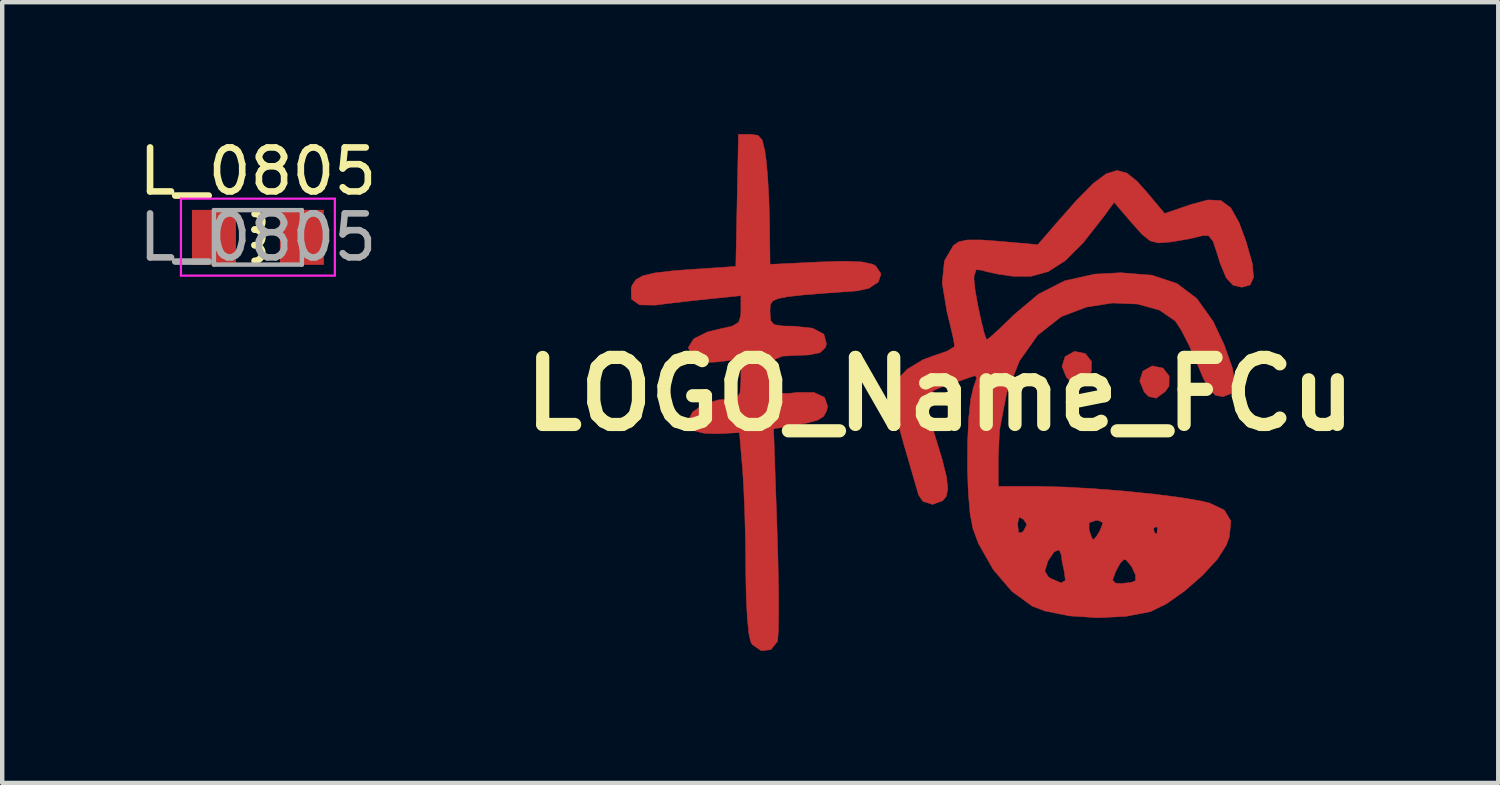
<source format=kicad_pcb>
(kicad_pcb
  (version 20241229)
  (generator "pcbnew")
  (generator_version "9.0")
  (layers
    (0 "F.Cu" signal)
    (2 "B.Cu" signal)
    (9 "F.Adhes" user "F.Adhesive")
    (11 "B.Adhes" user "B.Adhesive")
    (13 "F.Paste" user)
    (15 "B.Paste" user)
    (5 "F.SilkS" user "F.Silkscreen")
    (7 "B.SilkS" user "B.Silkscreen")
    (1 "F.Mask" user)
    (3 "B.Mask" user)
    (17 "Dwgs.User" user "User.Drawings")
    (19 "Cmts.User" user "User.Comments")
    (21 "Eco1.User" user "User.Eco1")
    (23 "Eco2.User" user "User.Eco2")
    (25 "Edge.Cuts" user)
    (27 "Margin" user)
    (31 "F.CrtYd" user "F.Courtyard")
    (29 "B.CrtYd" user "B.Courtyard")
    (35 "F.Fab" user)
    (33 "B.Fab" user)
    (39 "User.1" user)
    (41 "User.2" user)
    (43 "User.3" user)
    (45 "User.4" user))
  (footprint "L_0805"
    (layer "F.Cu")
    (at 2.815 2.348)
    (property "Reference" "L_0805" (at 0 -1.5 0) (layer "F.SilkS") (effects (font (size 1 1) (thickness 0.15))))
    (attr smd)
    (fp_arc (start -0.0762 -0.5334) (mid 0.1016 -0.3556) (end -0.0762 -0.1778) (stroke (width 0.15) (type solid)) (layer "F.SilkS"))
    (fp_arc (start -0.0762 -0.1778) (mid 0.1016 0) (end -0.0762 0.1778) (stroke (width 0.15) (type solid)) (layer "F.SilkS"))
    (fp_arc (start -0.0762 0.1778) (mid 0.1016 0.3556) (end -0.0762 0.5334) (stroke (width 0.15) (type solid)) (layer "F.SilkS"))
    (fp_line (start -1.75 -0.88) (end -1.75 0.87) (stroke (width 0.05) (type solid)) (layer "F.CrtYd"))
    (fp_line (start -1.75 -0.88) (end 1.75 -0.88) (stroke (width 0.05) (type solid)) (layer "F.CrtYd"))
    (fp_line (start 1.75 0.87) (end -1.75 0.87) (stroke (width 0.05) (type solid)) (layer "F.CrtYd"))
    (fp_line (start 1.75 0.87) (end 1.75 -0.88) (stroke (width 0.05) (type solid)) (layer "F.CrtYd"))
    (fp_line (start -1 -0.62) (end 1 -0.62) (stroke (width 0.1) (type solid)) (layer "F.Fab"))
    (fp_line (start -1 0.62) (end -1 -0.62) (stroke (width 0.1) (type solid)) (layer "F.Fab"))
    (fp_line (start 1 -0.62) (end 1 0.62) (stroke (width 0.1) (type solid)) (layer "F.Fab"))
    (fp_line (start 1 0.62) (end -1 0.62) (stroke (width 0.1) (type solid)) (layer "F.Fab"))
    (fp_text user "${REFERENCE}" (at 0 0 0) (layer "F.Fab") (effects (font (size 1 1) (thickness 0.15))))
    (pad "1" smd rect (at -1 0) (size 1 1.25) (layers "F.Cu" "F.Mask" "F.Paste"))
    (pad "2" smd rect (at 1 0) (size 1 1.25) (layers "F.Cu" "F.Mask" "F.Paste")))
  (footprint "LOGO_Name_FCu"
    (layer "F.Cu")
    (at 18.327 5.913)
    (property "Reference" "LOGO_Name_FCu" (at 0 0 0) (layer "F.SilkS") (effects (font (size 1.524 1.524) (thickness 0.3))))
    (attr through_hole)
    (fp_poly (pts (xy 3.304 -0.923) (xy 3.445 -0.744) (xy 3.441 -0.515) (xy 3.36 -0.394) (xy 3.15 -0.239) (xy 2.979 -0.277) (xy 2.876 -0.381) (xy 2.775 -0.629) (xy 2.844 -0.853) (xy 3.058 -0.973) (xy 3.058 -0.973) (xy 3.304 -0.923)) (stroke (width 0.01) (type solid)) (fill yes) (layer "F.Cu"))
    (fp_poly (pts (xy 5.07 -0.592) (xy 5.212 -0.413) (xy 5.208 -0.184) (xy 5.127 -0.063) (xy 4.917 0.092) (xy 4.746 0.055) (xy 4.643 -0.05) (xy 4.542 -0.298) (xy 4.611 -0.522) (xy 4.825 -0.642) (xy 4.825 -0.642) (xy 5.07 -0.592)) (stroke (width 0.01) (type solid)) (fill yes) (layer "F.Cu"))
    (fp_poly (pts (xy -4.139 -5.885) (xy -4.043 -5.778) (xy -3.983 -5.531) (xy -3.958 -5.356) (xy -3.921 -4.972) (xy -3.892 -4.467) (xy -3.876 -3.944) (xy -3.875 -3.878) (xy -3.865 -2.952) (xy -2.759 -3.005) (xy -2.175 -3.023) (xy -1.777 -3.007) (xy -1.534 -2.955) (xy -1.462 -2.916) (xy -1.34 -2.734) (xy -1.403 -2.55) (xy -1.618 -2.406) (xy -1.889 -2.347) (xy -2.592 -2.297) (xy -3.105 -2.256) (xy -3.458 -2.217) (xy -3.68 -2.174) (xy -3.803 -2.119) (xy -3.854 -2.044) (xy -3.865 -1.943) (xy -3.865 -1.868) (xy -3.852 -1.676) (xy -3.773 -1.581) (xy -3.572 -1.549) (xy -3.327 -1.546) (xy -2.893 -1.499) (xy -2.641 -1.363) (xy -2.582 -1.145) (xy -2.605 -1.063) (xy -2.725 -0.944) (xy -2.992 -0.89) (xy -3.208 -0.883) (xy -3.582 -0.864) (xy -3.776 -0.781) (xy -3.829 -0.598) (xy -3.793 -0.33) (xy -3.736 -0.11) (xy -3.636 -0.018) (xy -3.424 -0.017) (xy -3.252 -0.039) (xy -2.866 -0.039) (xy -2.625 0.074) (xy -2.554 0.28) (xy -2.58 0.388) (xy -2.65 0.51) (xy -2.782 0.592) (xy -3.032 0.659) (xy -3.355 0.717) (xy -3.784 0.789) (xy -3.705 3.093) (xy -3.684 3.797) (xy -3.672 4.436) (xy -3.67 4.975) (xy -3.676 5.375) (xy -3.692 5.6) (xy -3.697 5.625) (xy -3.845 5.811) (xy -4.062 5.837) (xy -4.264 5.7) (xy -4.303 5.639) (xy -4.346 5.451) (xy -4.382 5.092) (xy -4.407 4.612) (xy -4.417 4.06) (xy -4.417 4) (xy -4.423 3.361) (xy -4.44 2.708) (xy -4.464 2.123) (xy -4.489 1.724) (xy -4.561 0.875) (xy -5.043 0.9) (xy -5.367 0.889) (xy -5.603 0.831) (xy -5.648 0.801) (xy -5.728 0.606) (xy -5.63 0.409) (xy -5.391 0.241) (xy -5.052 0.133) (xy -4.797 0.11) (xy -4.625 0.086) (xy -4.548 -0.027) (xy -4.528 -0.291) (xy -4.528 -0.346) (xy -4.528 -0.803) (xy -5.014 -0.736) (xy -5.367 -0.715) (xy -5.577 -0.779) (xy -5.643 -0.841) (xy -5.724 -1.062) (xy -5.601 -1.259) (xy -5.291 -1.413) (xy -5.041 -1.475) (xy -4.729 -1.545) (xy -4.578 -1.635) (xy -4.531 -1.792) (xy -4.528 -1.905) (xy -4.528 -2.239) (xy -5.273 -2.163) (xy -5.74 -2.113) (xy -6.193 -2.06) (xy -6.471 -2.024) (xy -6.831 -2.029) (xy -7.017 -2.16) (xy -7.023 -2.411) (xy -7.001 -2.476) (xy -6.918 -2.602) (xy -6.758 -2.692) (xy -6.482 -2.757) (xy -6.052 -2.807) (xy -5.608 -2.84) (xy -4.644 -2.904) (xy -4.614 -4.406) (xy -4.583 -5.908) (xy -4.307 -5.908) (xy -4.139 -5.885)) (stroke (width 0.01) (type solid)) (fill yes) (layer "F.Cu"))
    (fp_poly (pts (xy 4.249 -5.028) (xy 4.48 -4.842) (xy 4.702 -4.594) (xy 5.109 -4.108) (xy 5.691 -4.308) (xy 6.094 -4.417) (xy 6.389 -4.402) (xy 6.612 -4.238) (xy 6.801 -3.902) (xy 6.959 -3.475) (xy 7.1 -2.982) (xy 7.132 -2.659) (xy 7.054 -2.483) (xy 6.864 -2.43) (xy 6.664 -2.476) (xy 6.509 -2.644) (xy 6.372 -2.972) (xy 6.306 -3.186) (xy 6.208 -3.48) (xy 6.108 -3.603) (xy 5.964 -3.603) (xy 5.928 -3.593) (xy 5.661 -3.53) (xy 5.309 -3.47) (xy 5.237 -3.459) (xy 4.97 -3.438) (xy 4.779 -3.485) (xy 4.59 -3.638) (xy 4.373 -3.881) (xy 3.96 -4.362) (xy 3.719 -4.032) (xy 3.256 -3.442) (xy 2.848 -3.035) (xy 2.461 -2.787) (xy 2.063 -2.677) (xy 1.666 -2.68) (xy 1.314 -2.73) (xy 1.033 -2.792) (xy 0.966 -2.815) (xy 0.823 -2.832) (xy 0.775 -2.687) (xy 0.773 -2.609) (xy 0.796 -2.385) (xy 0.854 -2.051) (xy 0.93 -1.693) (xy 1.005 -1.391) (xy 1.059 -1.237) (xy 1.14 -1.293) (xy 1.337 -1.47) (xy 1.61 -1.735) (xy 1.672 -1.797) (xy 2.239 -2.274) (xy 2.835 -2.577) (xy 3.52 -2.73) (xy 4.109 -2.761) (xy 4.823 -2.704) (xy 5.388 -2.516) (xy 5.84 -2.175) (xy 6.211 -1.655) (xy 6.465 -1.115) (xy 6.651 -0.59) (xy 6.71 -0.23) (xy 6.641 -0.02) (xy 6.444 0.055) (xy 6.416 0.055) (xy 6.264 0.025) (xy 6.134 -0.095) (xy 5.996 -0.345) (xy 5.845 -0.699) (xy 5.668 -1.103) (xy 5.492 -1.446) (xy 5.356 -1.657) (xy 5.352 -1.662) (xy 4.99 -1.911) (xy 4.494 -2.048) (xy 3.923 -2.072) (xy 3.332 -1.98) (xy 2.781 -1.771) (xy 2.738 -1.747) (xy 2.219 -1.338) (xy 1.808 -0.756) (xy 1.515 -0.027) (xy 1.354 0.822) (xy 1.325 1.404) (xy 1.325 2.098) (xy 2.23 2.098) (xy 2.819 2.112) (xy 3.493 2.15) (xy 4.198 2.206) (xy 4.878 2.275) (xy 5.479 2.352) (xy 5.945 2.432) (xy 6.125 2.475) (xy 6.466 2.637) (xy 6.615 2.885) (xy 6.581 3.241) (xy 6.511 3.436) (xy 6.308 3.754) (xy 5.972 4.119) (xy 5.565 4.475) (xy 5.15 4.769) (xy 4.79 4.944) (xy 4.779 4.948) (xy 4.224 5.055) (xy 3.588 5.085) (xy 2.95 5.044) (xy 2.392 4.934) (xy 2.098 4.822) (xy 1.634 4.485) (xy 1.241 4.025) (xy 2.384 4.025) (xy 2.461 4.154) (xy 2.516 4.19) (xy 2.755 4.294) (xy 2.851 4.237) (xy 2.85 4.229) (xy 3.925 4.229) (xy 3.992 4.299) (xy 4.125 4.307) (xy 4.353 4.281) (xy 4.448 4.24) (xy 4.447 4.112) (xy 4.359 3.923) (xy 4.24 3.778) (xy 4.188 3.755) (xy 4.099 3.843) (xy 3.996 4.031) (xy 3.925 4.229) (xy 2.85 4.229) (xy 2.83 4.058) (xy 2.776 3.802) (xy 2.762 3.672) (xy 2.713 3.541) (xy 2.599 3.583) (xy 2.464 3.78) (xy 2.451 3.807) (xy 2.384 4.025) (xy 1.241 4.025) (xy 1.21 3.989) (xy 0.876 3.4) (xy 0.747 3.054) (xy 0.734 2.982) (xy 1.767 2.982) (xy 1.789 3.157) (xy 1.872 3.14) (xy 1.899 3.114) (xy 1.975 2.964) (xy 1.949 2.924) (xy 3.391 2.924) (xy 3.391 3.092) (xy 3.454 3.271) (xy 3.488 3.313) (xy 3.563 3.229) (xy 3.644 3.092) (xy 4.859 3.092) (xy 4.9 3.183) (xy 4.933 3.166) (xy 4.946 3.035) (xy 4.933 3.019) (xy 4.867 3.034) (xy 4.859 3.092) (xy 3.644 3.092) (xy 3.705 2.924) (xy 3.605 2.873) (xy 3.548 2.871) (xy 3.391 2.924) (xy 1.949 2.924) (xy 1.899 2.849) (xy 1.801 2.795) (xy 1.768 2.929) (xy 1.767 2.982) (xy 0.734 2.982) (xy 0.684 2.718) (xy 0.643 2.238) (xy 0.624 1.677) (xy 0.627 1.096) (xy 0.652 0.555) (xy 0.698 0.116) (xy 0.76 -0.151) (xy 0.834 -0.363) (xy 0.802 -0.421) (xy 0.692 -0.387) (xy 0.45 -0.301) (xy 0.138 -0.204) (xy 0.132 -0.202) (xy -0.133 -0.089) (xy -0.287 0.046) (xy -0.293 0.058) (xy -0.291 0.238) (xy -0.229 0.554) (xy -0.128 0.907) (xy 0.048 1.48) (xy 0.148 1.883) (xy 0.178 2.153) (xy 0.142 2.326) (xy 0.062 2.424) (xy -0.171 2.509) (xy -0.391 2.436) (xy -0.487 2.294) (xy -0.534 2.131) (xy -0.627 1.812) (xy -0.749 1.391) (xy -0.817 1.16) (xy -0.945 0.701) (xy -1.043 0.307) (xy -1.099 0.037) (xy -1.106 -0.033) (xy -1.005 -0.299) (xy -0.745 -0.567) (xy -0.38 -0.787) (xy -0.123 -0.88) (xy 0.156 -0.976) (xy 0.316 -1.071) (xy 0.331 -1.1) (xy 0.306 -1.251) (xy 0.239 -1.547) (xy 0.158 -1.873) (xy 0.05 -2.528) (xy 0.1 -3.031) (xy 0.303 -3.379) (xy 0.432 -3.467) (xy 0.63 -3.507) (xy 0.949 -3.506) (xy 1.351 -3.476) (xy 2.225 -3.399) (xy 2.631 -3.87) (xy 3.11 -4.413) (xy 3.483 -4.79) (xy 3.779 -5.011) (xy 4.025 -5.087) (xy 4.249 -5.028)) (stroke (width 0.01) (type solid)) (fill yes) (layer "F.Cu")))
  (gr_rect
    (start -3 -3)
    (end 31.022 14.755)
    (stroke (width 0.1) (type default))
    (fill no)
    (layer "Edge.Cuts")))
</source>
